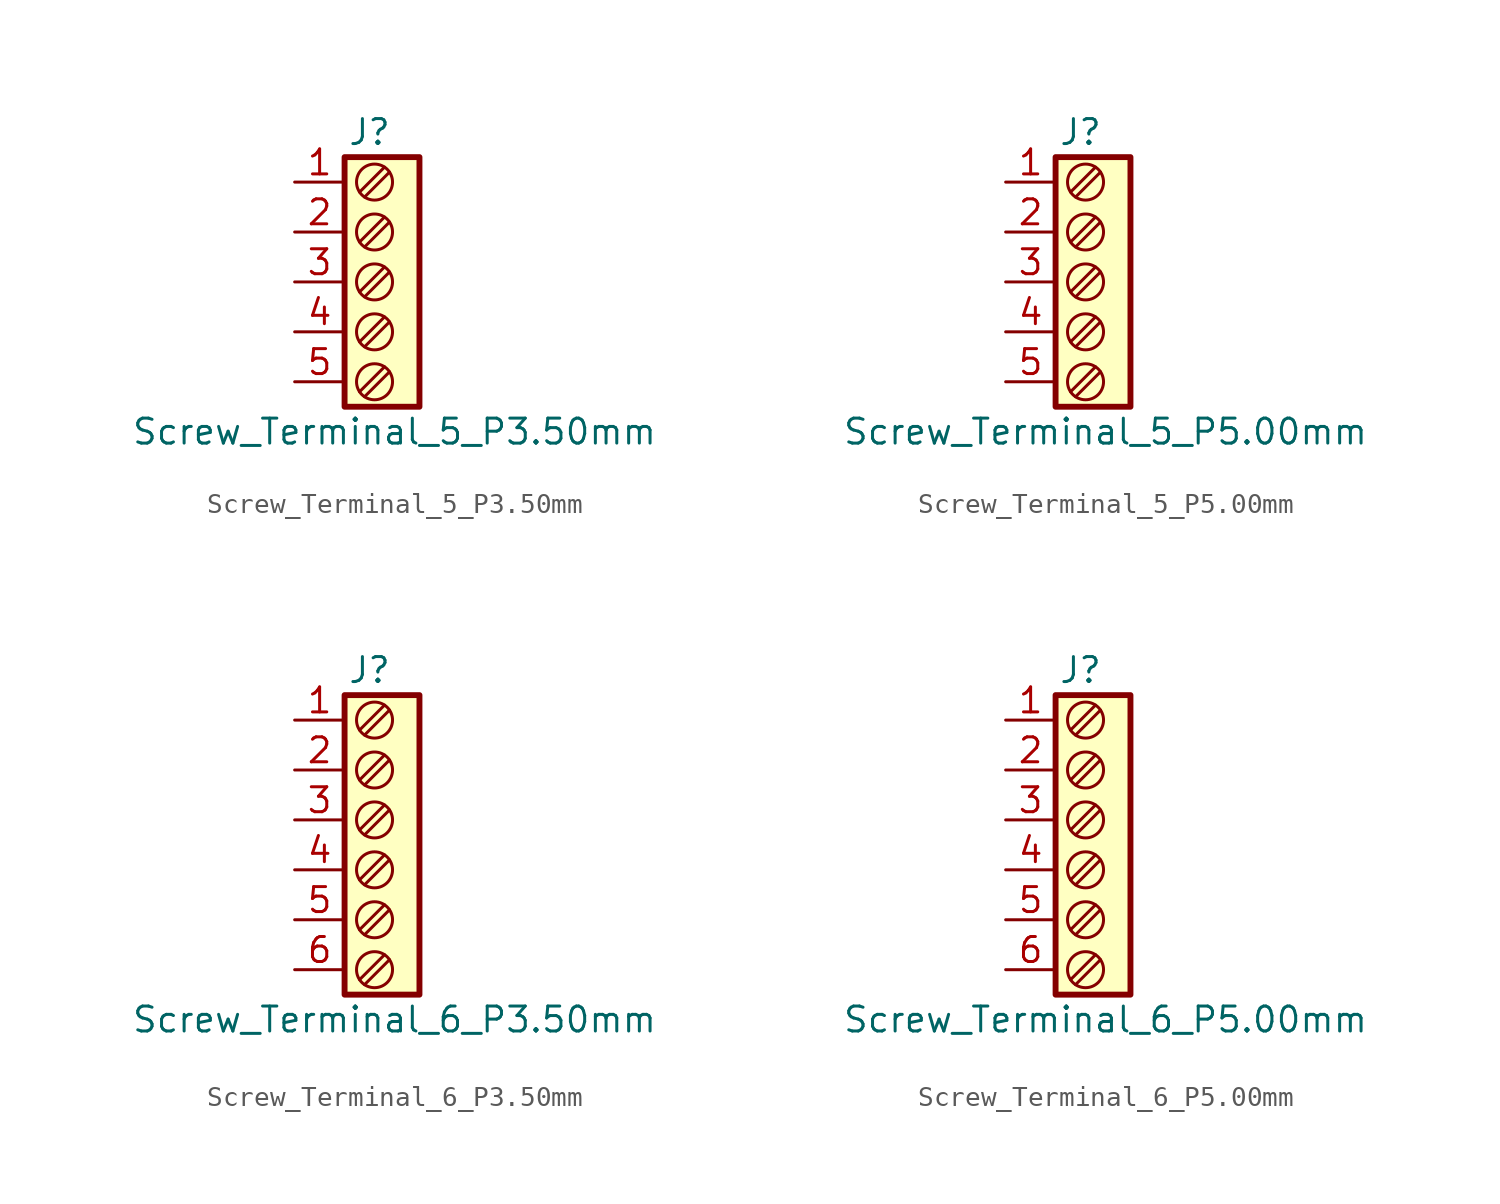
<source format=kicad_sym>
(kicad_symbol_lib
  (version 20211014)
  (generator kicad_symbol_editor)
  (symbol "Screw_Terminal_5_P3.50mm"
    (property "Reference" "J"
      (at 0 7.62 0)
      (effects (font (size 1.27 1.27))))
    (property "Value" "Screw_Terminal_5_P3.50mm"
      (at 1.27 -7.62 0)
      (effects (font (size 1.27 1.27))))
    (symbol "Screw_Terminal_5_P3.50mm_0_1"
      (rectangle (start -1.27 6.35) (end 2.54 -6.35) (stroke (width 0.3) (type default) (color 0 0 0 0)) (fill (type background)))
      (polyline (pts (xy -0.254 -5.842) (xy 1.016 -4.572)) (stroke (width 0) (type default) (color 0 0 0 0)) (fill (type none)))
      (polyline (pts (xy -0.254 -3.302) (xy 1.016 -2.032)) (stroke (width 0) (type default) (color 0 0 0 0)) (fill (type none)))
      (polyline (pts (xy -0.254 -0.762) (xy 1.016 0.508)) (stroke (width 0) (type default) (color 0 0 0 0)) (fill (type none)))
      (polyline (pts (xy -0.254 1.778) (xy 1.016 3.048)) (stroke (width 0) (type default) (color 0 0 0 0)) (fill (type none)))
      (polyline (pts (xy -0.254 4.318) (xy 1.016 5.588)) (stroke (width 0) (type default) (color 0 0 0 0)) (fill (type none)))
      (polyline (pts (xy 0 -5.08) (xy -0.508 -5.588) (xy 0.762 -4.318)) (stroke (width 0) (type default) (color 0 0 0 0)) (fill (type none)))
      (polyline (pts (xy 0 -2.54) (xy -0.508 -3.048) (xy 0.762 -1.778)) (stroke (width 0) (type default) (color 0 0 0 0)) (fill (type none)))
      (polyline (pts (xy 0 0) (xy -0.508 -0.508) (xy 0.762 0.762)) (stroke (width 0) (type default) (color 0 0 0 0)) (fill (type none)))
      (polyline (pts (xy 0 2.54) (xy -0.508 2.032) (xy 0.762 3.302)) (stroke (width 0) (type default) (color 0 0 0 0)) (fill (type none)))
      (polyline (pts (xy 0 5.08) (xy -0.508 4.572) (xy 0.762 5.842)) (stroke (width 0) (type default) (color 0 0 0 0)) (fill (type none)))
      (circle (center 0.254 -5.08) (radius 0.916) (stroke (width 0) (type default) (color 0 0 0 0)) (fill (type none)))
      (circle (center 0.254 -2.54) (radius 0.916) (stroke (width 0) (type default) (color 0 0 0 0)) (fill (type none)))
      (circle (center 0.254 0) (radius 0.916) (stroke (width 0) (type default) (color 0 0 0 0)) (fill (type none)))
      (circle (center 0.254 2.54) (radius 0.916) (stroke (width 0) (type default) (color 0 0 0 0)) (fill (type none)))
      (circle (center 0.254 5.08) (radius 0.916) (stroke (width 0) (type default) (color 0 0 0 0)) (fill (type none))))
    (symbol "Screw_Terminal_5_P3.50mm_1_1"
      (pin passive line (at -3.81 5.08 0) (length 2.54) (name "" (effects (font (size 1.27 1.27)))) (number "1" (effects (font (size 1.27 1.27)))))
      (pin passive line (at -3.81 2.54 0) (length 2.54) (name "" (effects (font (size 1.27 1.27)))) (number "2" (effects (font (size 1.27 1.27)))))
      (pin passive line (at -3.81 0 0) (length 2.54) (name "" (effects (font (size 1.27 1.27)))) (number "3" (effects (font (size 1.27 1.27)))))
      (pin passive line (at -3.81 -2.54 0) (length 2.54) (name "" (effects (font (size 1.27 1.27)))) (number "4" (effects (font (size 1.27 1.27)))))
      (pin passive line (at -3.81 -5.08 0) (length 2.54) (name "" (effects (font (size 1.27 1.27)))) (number "5" (effects (font (size 1.27 1.27)))))))
  (symbol "Screw_Terminal_5_P5.00mm"
    (property "Reference" "J"
      (at 0 7.62 0)
      (effects (font (size 1.27 1.27))))
    (property "Value" "Screw_Terminal_5_P5.00mm"
      (at 1.27 -7.62 0)
      (effects (font (size 1.27 1.27))))
    (symbol "Screw_Terminal_5_P5.00mm_0_1"
      (rectangle (start -1.27 6.35) (end 2.54 -6.35) (stroke (width 0.3) (type default) (color 0 0 0 0)) (fill (type background)))
      (polyline (pts (xy -0.254 -5.842) (xy 1.016 -4.572)) (stroke (width 0) (type default) (color 0 0 0 0)) (fill (type none)))
      (polyline (pts (xy -0.254 -3.302) (xy 1.016 -2.032)) (stroke (width 0) (type default) (color 0 0 0 0)) (fill (type none)))
      (polyline (pts (xy -0.254 -0.762) (xy 1.016 0.508)) (stroke (width 0) (type default) (color 0 0 0 0)) (fill (type none)))
      (polyline (pts (xy -0.254 1.778) (xy 1.016 3.048)) (stroke (width 0) (type default) (color 0 0 0 0)) (fill (type none)))
      (polyline (pts (xy -0.254 4.318) (xy 1.016 5.588)) (stroke (width 0) (type default) (color 0 0 0 0)) (fill (type none)))
      (polyline (pts (xy 0 -5.08) (xy -0.508 -5.588) (xy 0.762 -4.318)) (stroke (width 0) (type default) (color 0 0 0 0)) (fill (type none)))
      (polyline (pts (xy 0 -2.54) (xy -0.508 -3.048) (xy 0.762 -1.778)) (stroke (width 0) (type default) (color 0 0 0 0)) (fill (type none)))
      (polyline (pts (xy 0 0) (xy -0.508 -0.508) (xy 0.762 0.762)) (stroke (width 0) (type default) (color 0 0 0 0)) (fill (type none)))
      (polyline (pts (xy 0 2.54) (xy -0.508 2.032) (xy 0.762 3.302)) (stroke (width 0) (type default) (color 0 0 0 0)) (fill (type none)))
      (polyline (pts (xy 0 5.08) (xy -0.508 4.572) (xy 0.762 5.842)) (stroke (width 0) (type default) (color 0 0 0 0)) (fill (type none)))
      (circle (center 0.254 -5.08) (radius 0.916) (stroke (width 0) (type default) (color 0 0 0 0)) (fill (type none)))
      (circle (center 0.254 -2.54) (radius 0.916) (stroke (width 0) (type default) (color 0 0 0 0)) (fill (type none)))
      (circle (center 0.254 0) (radius 0.916) (stroke (width 0) (type default) (color 0 0 0 0)) (fill (type none)))
      (circle (center 0.254 2.54) (radius 0.916) (stroke (width 0) (type default) (color 0 0 0 0)) (fill (type none)))
      (circle (center 0.254 5.08) (radius 0.916) (stroke (width 0) (type default) (color 0 0 0 0)) (fill (type none))))
    (symbol "Screw_Terminal_5_P5.00mm_1_1"
      (pin passive line (at -3.81 5.08 0) (length 2.54) (name "" (effects (font (size 1.27 1.27)))) (number "1" (effects (font (size 1.27 1.27)))))
      (pin passive line (at -3.81 2.54 0) (length 2.54) (name "" (effects (font (size 1.27 1.27)))) (number "2" (effects (font (size 1.27 1.27)))))
      (pin passive line (at -3.81 0 0) (length 2.54) (name "" (effects (font (size 1.27 1.27)))) (number "3" (effects (font (size 1.27 1.27)))))
      (pin passive line (at -3.81 -2.54 0) (length 2.54) (name "" (effects (font (size 1.27 1.27)))) (number "4" (effects (font (size 1.27 1.27)))))
      (pin passive line (at -3.81 -5.08 0) (length 2.54) (name "" (effects (font (size 1.27 1.27)))) (number "5" (effects (font (size 1.27 1.27)))))))
  (symbol "Screw_Terminal_6_P3.50mm"
    (property "Reference" "J"
      (at 0 8.89 0)
      (effects (font (size 1.27 1.27))))
    (property "Value" "Screw_Terminal_6_P3.50mm"
      (at 1.27 -8.89 0)
      (effects (font (size 1.27 1.27))))
    (symbol "Screw_Terminal_6_P3.50mm_0_1"
      (rectangle (start -1.27 7.62) (end 2.54 -7.62) (stroke (width 0.3) (type default) (color 0 0 0 0)) (fill (type background)))
      (polyline (pts (xy -0.254 -7.112) (xy 1.016 -5.842)) (stroke (width 0) (type default) (color 0 0 0 0)) (fill (type none)))
      (polyline (pts (xy -0.254 -4.572) (xy 1.016 -3.302)) (stroke (width 0) (type default) (color 0 0 0 0)) (fill (type none)))
      (polyline (pts (xy -0.254 -2.032) (xy 1.016 -0.762)) (stroke (width 0) (type default) (color 0 0 0 0)) (fill (type none)))
      (polyline (pts (xy -0.254 0.508) (xy 1.016 1.778)) (stroke (width 0) (type default) (color 0 0 0 0)) (fill (type none)))
      (polyline (pts (xy -0.254 3.048) (xy 1.016 4.318)) (stroke (width 0) (type default) (color 0 0 0 0)) (fill (type none)))
      (polyline (pts (xy -0.254 5.588) (xy 1.016 6.858)) (stroke (width 0) (type default) (color 0 0 0 0)) (fill (type none)))
      (polyline (pts (xy 0 -6.35) (xy -0.508 -6.858) (xy 0.762 -5.588)) (stroke (width 0) (type default) (color 0 0 0 0)) (fill (type none)))
      (polyline (pts (xy 0 -3.81) (xy -0.508 -4.318) (xy 0.762 -3.048)) (stroke (width 0) (type default) (color 0 0 0 0)) (fill (type none)))
      (polyline (pts (xy 0 -1.27) (xy -0.508 -1.778) (xy 0.762 -0.508)) (stroke (width 0) (type default) (color 0 0 0 0)) (fill (type none)))
      (polyline (pts (xy 0 1.27) (xy -0.508 0.762) (xy 0.762 2.032)) (stroke (width 0) (type default) (color 0 0 0 0)) (fill (type none)))
      (polyline (pts (xy 0 3.81) (xy -0.508 3.302) (xy 0.762 4.572)) (stroke (width 0) (type default) (color 0 0 0 0)) (fill (type none)))
      (polyline (pts (xy 0 6.35) (xy -0.508 5.842) (xy 0.762 7.112)) (stroke (width 0) (type default) (color 0 0 0 0)) (fill (type none)))
      (circle (center 0.254 -6.35) (radius 0.916) (stroke (width 0) (type default) (color 0 0 0 0)) (fill (type none)))
      (circle (center 0.254 -3.81) (radius 0.916) (stroke (width 0) (type default) (color 0 0 0 0)) (fill (type none)))
      (circle (center 0.254 -1.27) (radius 0.916) (stroke (width 0) (type default) (color 0 0 0 0)) (fill (type none)))
      (circle (center 0.254 1.27) (radius 0.916) (stroke (width 0) (type default) (color 0 0 0 0)) (fill (type none)))
      (circle (center 0.254 3.81) (radius 0.916) (stroke (width 0) (type default) (color 0 0 0 0)) (fill (type none)))
      (circle (center 0.254 6.35) (radius 0.916) (stroke (width 0) (type default) (color 0 0 0 0)) (fill (type none))))
    (symbol "Screw_Terminal_6_P3.50mm_1_1"
      (pin passive line (at -3.81 6.35 0) (length 2.54) (name "" (effects (font (size 1.27 1.27)))) (number "1" (effects (font (size 1.27 1.27)))))
      (pin passive line (at -3.81 3.81 0) (length 2.54) (name "" (effects (font (size 1.27 1.27)))) (number "2" (effects (font (size 1.27 1.27)))))
      (pin passive line (at -3.81 1.27 0) (length 2.54) (name "" (effects (font (size 1.27 1.27)))) (number "3" (effects (font (size 1.27 1.27)))))
      (pin passive line (at -3.81 -1.27 0) (length 2.54) (name "" (effects (font (size 1.27 1.27)))) (number "4" (effects (font (size 1.27 1.27)))))
      (pin passive line (at -3.81 -3.81 0) (length 2.54) (name "" (effects (font (size 1.27 1.27)))) (number "5" (effects (font (size 1.27 1.27)))))
      (pin passive line (at -3.81 -6.35 0) (length 2.54) (name "" (effects (font (size 1.27 1.27)))) (number "6" (effects (font (size 1.27 1.27)))))))
  (symbol "Screw_Terminal_6_P5.00mm"
    (property "Reference" "J"
      (at 0 8.89 0)
      (effects (font (size 1.27 1.27))))
    (property "Value" "Screw_Terminal_6_P5.00mm"
      (at 1.27 -8.89 0)
      (effects (font (size 1.27 1.27))))
    (symbol "Screw_Terminal_6_P5.00mm_0_1"
      (rectangle (start -1.27 7.62) (end 2.54 -7.62) (stroke (width 0.3) (type default) (color 0 0 0 0)) (fill (type background)))
      (polyline (pts (xy -0.254 -7.112) (xy 1.016 -5.842)) (stroke (width 0) (type default) (color 0 0 0 0)) (fill (type none)))
      (polyline (pts (xy -0.254 -4.572) (xy 1.016 -3.302)) (stroke (width 0) (type default) (color 0 0 0 0)) (fill (type none)))
      (polyline (pts (xy -0.254 -2.032) (xy 1.016 -0.762)) (stroke (width 0) (type default) (color 0 0 0 0)) (fill (type none)))
      (polyline (pts (xy -0.254 0.508) (xy 1.016 1.778)) (stroke (width 0) (type default) (color 0 0 0 0)) (fill (type none)))
      (polyline (pts (xy -0.254 3.048) (xy 1.016 4.318)) (stroke (width 0) (type default) (color 0 0 0 0)) (fill (type none)))
      (polyline (pts (xy -0.254 5.588) (xy 1.016 6.858)) (stroke (width 0) (type default) (color 0 0 0 0)) (fill (type none)))
      (polyline (pts (xy 0 -6.35) (xy -0.508 -6.858) (xy 0.762 -5.588)) (stroke (width 0) (type default) (color 0 0 0 0)) (fill (type none)))
      (polyline (pts (xy 0 -3.81) (xy -0.508 -4.318) (xy 0.762 -3.048)) (stroke (width 0) (type default) (color 0 0 0 0)) (fill (type none)))
      (polyline (pts (xy 0 -1.27) (xy -0.508 -1.778) (xy 0.762 -0.508)) (stroke (width 0) (type default) (color 0 0 0 0)) (fill (type none)))
      (polyline (pts (xy 0 1.27) (xy -0.508 0.762) (xy 0.762 2.032)) (stroke (width 0) (type default) (color 0 0 0 0)) (fill (type none)))
      (polyline (pts (xy 0 3.81) (xy -0.508 3.302) (xy 0.762 4.572)) (stroke (width 0) (type default) (color 0 0 0 0)) (fill (type none)))
      (polyline (pts (xy 0 6.35) (xy -0.508 5.842) (xy 0.762 7.112)) (stroke (width 0) (type default) (color 0 0 0 0)) (fill (type none)))
      (circle (center 0.254 -6.35) (radius 0.916) (stroke (width 0) (type default) (color 0 0 0 0)) (fill (type none)))
      (circle (center 0.254 -3.81) (radius 0.916) (stroke (width 0) (type default) (color 0 0 0 0)) (fill (type none)))
      (circle (center 0.254 -1.27) (radius 0.916) (stroke (width 0) (type default) (color 0 0 0 0)) (fill (type none)))
      (circle (center 0.254 1.27) (radius 0.916) (stroke (width 0) (type default) (color 0 0 0 0)) (fill (type none)))
      (circle (center 0.254 3.81) (radius 0.916) (stroke (width 0) (type default) (color 0 0 0 0)) (fill (type none)))
      (circle (center 0.254 6.35) (radius 0.916) (stroke (width 0) (type default) (color 0 0 0 0)) (fill (type none))))
    (symbol "Screw_Terminal_6_P5.00mm_1_1"
      (pin passive line (at -3.81 6.35 0) (length 2.54) (name "" (effects (font (size 1.27 1.27)))) (number "1" (effects (font (size 1.27 1.27)))))
      (pin passive line (at -3.81 3.81 0) (length 2.54) (name "" (effects (font (size 1.27 1.27)))) (number "2" (effects (font (size 1.27 1.27)))))
      (pin passive line (at -3.81 1.27 0) (length 2.54) (name "" (effects (font (size 1.27 1.27)))) (number "3" (effects (font (size 1.27 1.27)))))
      (pin passive line (at -3.81 -1.27 0) (length 2.54) (name "" (effects (font (size 1.27 1.27)))) (number "4" (effects (font (size 1.27 1.27)))))
      (pin passive line (at -3.81 -3.81 0) (length 2.54) (name "" (effects (font (size 1.27 1.27)))) (number "5" (effects (font (size 1.27 1.27)))))
      (pin passive line (at -3.81 -6.35 0) (length 2.54) (name "" (effects (font (size 1.27 1.27)))) (number "6" (effects (font (size 1.27 1.27))))))))
</source>
